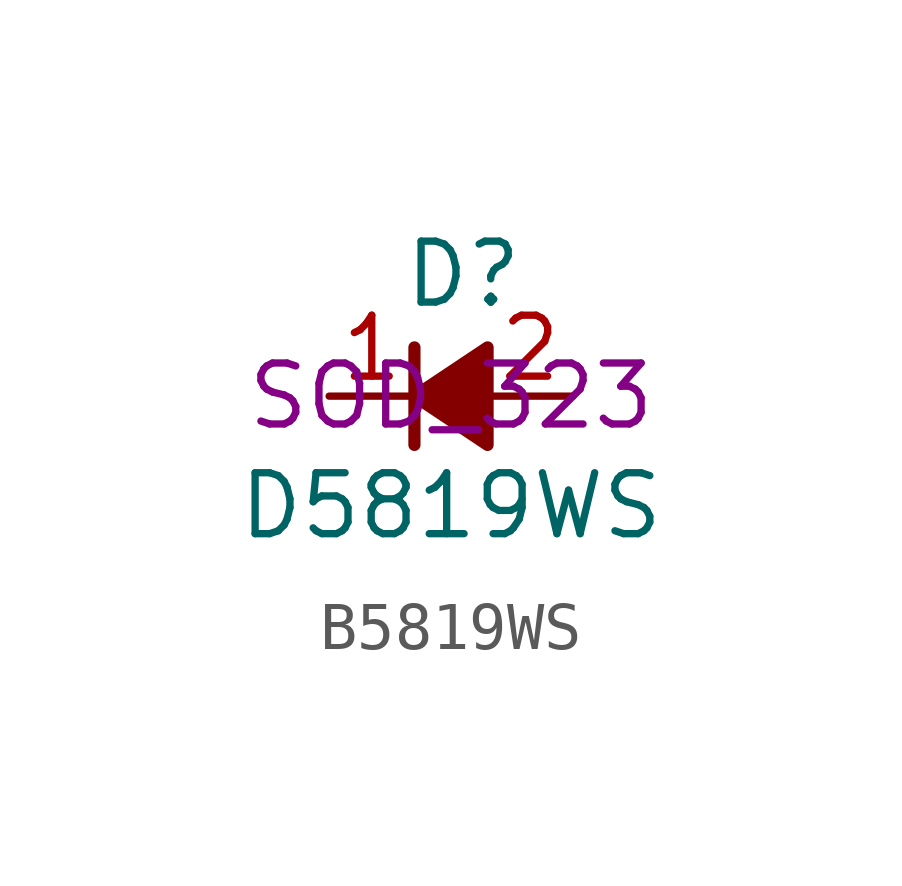
<source format=kicad_sym>
(kicad_symbol_lib
  (version 20241209)
  (generator "kicad_symbol_editor")
  (generator_version "9.0")
  (symbol "B5819WS"
    (pin_names
      (offset 0)
      (hide yes))
    (property "Reference" "D"
      (at 0.254 2.54 0)
      (effects (font (size 1.27 1.27))))
    (property "Value" "D5819WS"
      (at 0 -2.286 0)
      (effects (font (size 1.27 1.27))))
    (property "Package" "SOD_323"
      (at 0 0 0)
      (effects (font (size 1.27 1.27))))
    (symbol "B5819WS_0_1"
      (polyline (pts (xy -0.762 0) (xy 0.762 0)) (stroke (width 0) (type default)) (fill (type none)))
      (polyline (pts (xy -0.762 -1.016) (xy -0.762 1.016)) (stroke (width 0.254) (type default)) (fill (type none)))
      (polyline (pts (xy 0.762 -1.016) (xy -0.762 0) (xy 0.762 1.016) (xy 0.762 -1.016)) (stroke (width 0.254) (type default)) (fill (type outline))))
    (symbol "B5819WS_1_1"
      (pin passive line (at -2.54 0 0) (length 1.778) (name "K" (effects (font (size 1.27 1.27)))) (number "1" (effects (font (size 1.27 1.27)))))
      (pin passive line (at 2.54 0 180) (length 1.778) (name "A" (effects (font (size 1.27 1.27)))) (number "2" (effects (font (size 1.27 1.27))))))))
</source>
